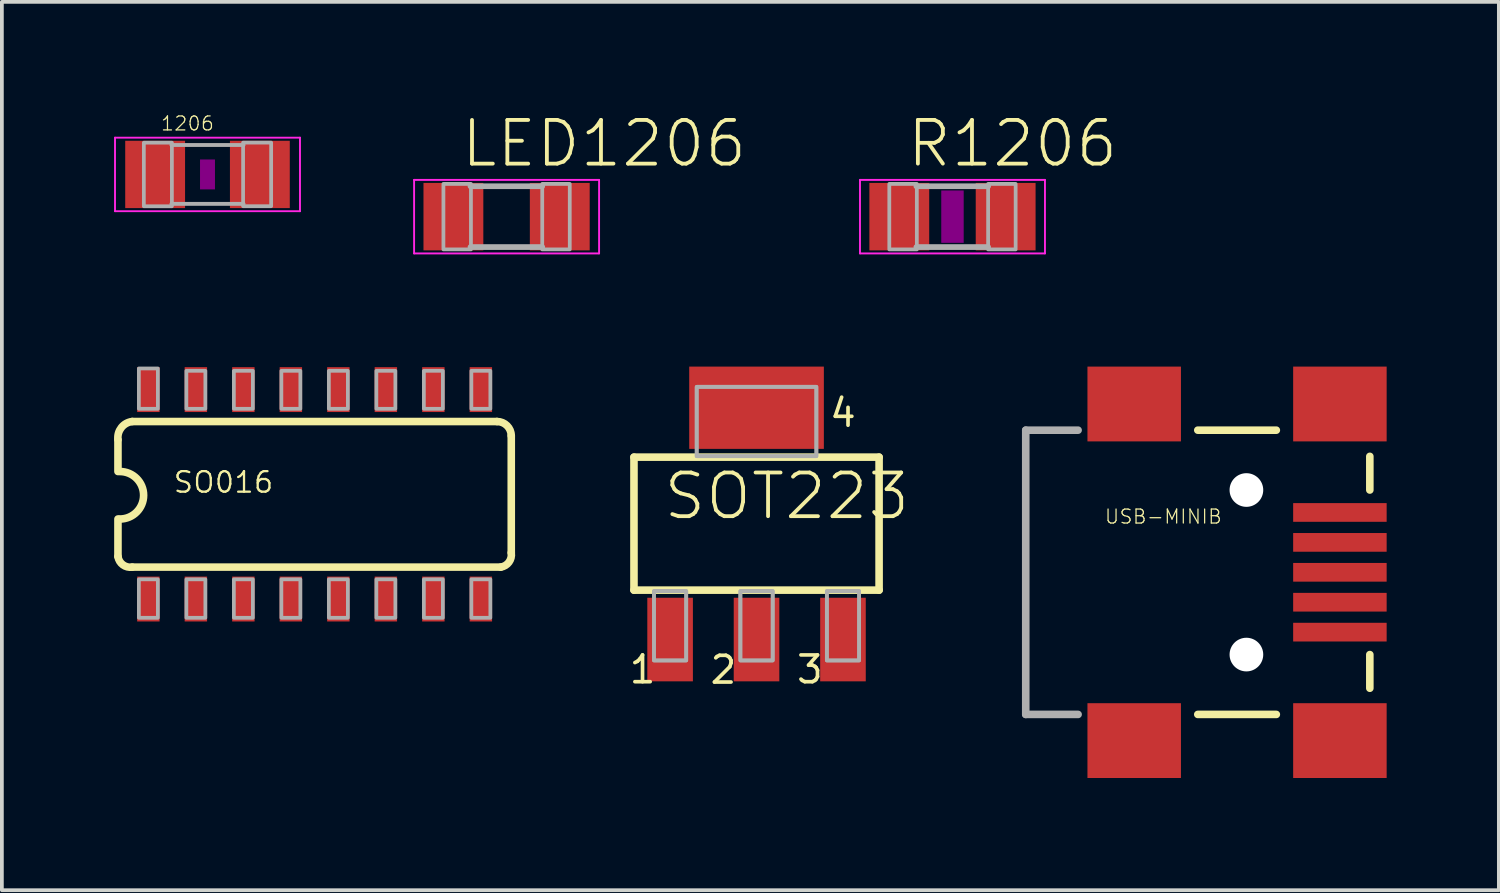
<source format=kicad_pcb>
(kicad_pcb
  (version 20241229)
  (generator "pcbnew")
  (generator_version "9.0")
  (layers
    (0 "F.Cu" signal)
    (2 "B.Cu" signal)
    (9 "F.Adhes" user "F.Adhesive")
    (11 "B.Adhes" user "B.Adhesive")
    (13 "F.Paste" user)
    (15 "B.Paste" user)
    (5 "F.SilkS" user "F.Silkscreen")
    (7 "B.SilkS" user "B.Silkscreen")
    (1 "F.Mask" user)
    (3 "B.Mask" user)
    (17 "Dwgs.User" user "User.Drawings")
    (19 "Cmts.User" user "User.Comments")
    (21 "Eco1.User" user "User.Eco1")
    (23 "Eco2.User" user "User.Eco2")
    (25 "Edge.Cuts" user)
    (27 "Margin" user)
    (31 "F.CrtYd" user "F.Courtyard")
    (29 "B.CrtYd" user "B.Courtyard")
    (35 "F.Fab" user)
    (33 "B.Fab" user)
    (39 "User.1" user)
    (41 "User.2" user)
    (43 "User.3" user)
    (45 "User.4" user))
  (footprint "USB-MINIB"
    (layer "F.Cu")
    (at 30.276 12.252)
    (property "Reference" "USB-MINIB" (at -3.81 -1.27 0) (layer "F.SilkS") (effects (font (size 0.374 0.374) (thickness 0.033)) (justify left bottom)))
    (fp_line (start -1.3 -3.8) (end 0.8 -3.8) (stroke (width 0.203) (type solid)) (layer "F.SilkS"))
    (fp_line (start 0.8 3.8) (end -1.3 3.8) (stroke (width 0.203) (type solid)) (layer "F.SilkS"))
    (fp_line (start 3.3 -3.1) (end 3.3 -2.2) (stroke (width 0.203) (type solid)) (layer "F.SilkS"))
    (fp_line (start 3.3 2.2) (end 3.3 3.1) (stroke (width 0.203) (type solid)) (layer "F.SilkS"))
    (fp_line (start -5.9 -3.8) (end -5.9 3.8) (stroke (width 0.203) (type solid)) (layer "F.Fab"))
    (fp_line (start -5.9 -3.8) (end -4.5 -3.8) (stroke (width 0.203) (type solid)) (layer "F.Fab"))
    (fp_line (start -5.9 3.8) (end -4.5 3.8) (stroke (width 0.203) (type solid)) (layer "F.Fab"))
    (pad "" np_thru_hole circle (at 0 -2.2) (size 0.9 0.9) (drill 0.9) (layers "*.Cu" "*.Mask"))
    (pad "" np_thru_hole circle (at 0 2.2) (size 0.9 0.9) (drill 0.9) (layers "*.Cu" "*.Mask"))
    (pad "D+" smd rect (at 2.5 0) (size 2.5 0.5) (layers "F.Cu" "F.Mask" "F.Paste"))
    (pad "D-" smd rect (at 2.5 -0.8) (size 2.5 0.5) (layers "F.Cu" "F.Mask" "F.Paste"))
    (pad "GND" smd rect (at 2.5 1.6) (size 2.5 0.5) (layers "F.Cu" "F.Mask" "F.Paste"))
    (pad "ID" smd rect (at 2.5 0.8) (size 2.5 0.5) (layers "F.Cu" "F.Mask" "F.Paste"))
    (pad "MTN1" smd rect (at -3 -4.5) (size 2.5 2) (layers "F.Cu" "F.Mask" "F.Paste"))
    (pad "MTN2" smd rect (at 2.5 -4.5) (size 2.5 2) (layers "F.Cu" "F.Mask" "F.Paste"))
    (pad "MTN3" smd rect (at -3 4.5) (size 2.5 2) (layers "F.Cu" "F.Mask" "F.Paste"))
    (pad "MTN4" smd rect (at 2.5 4.5) (size 2.5 2) (layers "F.Cu" "F.Mask" "F.Paste"))
    (pad "VBUS" smd rect (at 2.5 -1.6) (size 2.5 0.5) (layers "F.Cu" "F.Mask" "F.Paste")))
  (footprint "SOT223"
    (layer "F.Cu")
    (at 17.178 10.951)
    (property "Reference" "SOT223" (at -2.54 -0.051 0) (layer "F.SilkS") (effects (font (size 1.168 1.168) (thickness 0.102)) (justify left bottom)))
    (fp_line (start -3.277 -1.778) (end 3.277 -1.778) (stroke (width 0.203) (type solid)) (layer "F.SilkS"))
    (fp_line (start -3.277 1.778) (end -3.277 -1.778) (stroke (width 0.203) (type solid)) (layer "F.SilkS"))
    (fp_line (start 3.277 -1.778) (end 3.277 1.778) (stroke (width 0.203) (type solid)) (layer "F.SilkS"))
    (fp_line (start 3.277 1.778) (end -3.277 1.778) (stroke (width 0.203) (type solid)) (layer "F.SilkS"))
    (fp_poly (pts (xy -2.743 3.658) (xy -1.88 3.658) (xy -1.88 1.803) (xy -2.743 1.803)) (stroke (width 0.1) (type solid)) (fill no) (layer "F.Fab"))
    (fp_poly (pts (xy -2.743 3.658) (xy -1.88 3.658) (xy -1.88 1.803) (xy -2.743 1.803)) (stroke (width 0.1) (type solid)) (fill no) (layer "F.Fab"))
    (fp_poly (pts (xy -1.6 -1.803) (xy 1.6 -1.803) (xy 1.6 -3.658) (xy -1.6 -3.658)) (stroke (width 0.1) (type solid)) (fill no) (layer "F.Fab"))
    (fp_poly (pts (xy -1.6 -1.803) (xy 1.6 -1.803) (xy 1.6 -3.658) (xy -1.6 -3.658)) (stroke (width 0.1) (type solid)) (fill no) (layer "F.Fab"))
    (fp_poly (pts (xy -0.432 3.658) (xy 0.432 3.658) (xy 0.432 1.803) (xy -0.432 1.803)) (stroke (width 0.1) (type solid)) (fill no) (layer "F.Fab"))
    (fp_poly (pts (xy -0.432 3.658) (xy 0.432 3.658) (xy 0.432 1.803) (xy -0.432 1.803)) (stroke (width 0.1) (type solid)) (fill no) (layer "F.Fab"))
    (fp_poly (pts (xy 1.88 3.658) (xy 2.743 3.658) (xy 2.743 1.803) (xy 1.88 1.803)) (stroke (width 0.1) (type solid)) (fill no) (layer "F.Fab"))
    (fp_poly (pts (xy 1.88 3.658) (xy 2.743 3.658) (xy 2.743 1.803) (xy 1.88 1.803)) (stroke (width 0.1) (type solid)) (fill no) (layer "F.Fab"))
    (fp_text user "1" (at -3.453 4.318 0) (layer "F.SilkS") (effects (font (size 0.715 0.715) (thickness 0.098)) (justify left bottom)))
    (fp_text user "4" (at 1.905 -2.54 0) (layer "F.SilkS") (effects (font (size 0.715 0.715) (thickness 0.098)) (justify left bottom)))
    (fp_text user "2" (at -1.291 4.327 0) (layer "F.SilkS") (effects (font (size 0.715 0.715) (thickness 0.098)) (justify left bottom)))
    (fp_text user "3" (at 1.021 4.318 0) (layer "F.SilkS") (effects (font (size 0.715 0.715) (thickness 0.098)) (justify left bottom)))
    (pad "1" smd rect (at -2.311 3.099) (size 1.219 2.235) (layers "F.Cu" "F.Mask" "F.Paste"))
    (pad "2" smd rect (at 0 3.099) (size 1.219 2.235) (layers "F.Cu" "F.Mask" "F.Paste"))
    (pad "3" smd rect (at 2.311 3.099) (size 1.219 2.235) (layers "F.Cu" "F.Mask" "F.Paste"))
    (pad "4" smd rect (at 0 -3.099) (size 3.6 2.2) (layers "F.Cu" "F.Mask" "F.Paste")))
  (footprint "SO016"
    (layer "F.Cu")
    (at 5.362 10.167)
    (property "Reference" "SO016" (at -3.81 0 0) (layer "F.SilkS") (effects (font (size 0.549 0.549) (thickness 0.061)) (justify left bottom)))
    (fp_line (start -5.258 -1.453) (end -5.258 -0.61) (stroke (width 0.203) (type solid)) (layer "F.SilkS"))
    (fp_line (start -5.258 1.665) (end -5.258 0.66) (stroke (width 0.203) (type solid)) (layer "F.SilkS"))
    (fp_line (start -4.877 1.946) (end 4.977 1.946) (stroke (width 0.203) (type solid)) (layer "F.SilkS"))
    (fp_line (start 4.877 -1.946) (end -4.877 -1.946) (stroke (width 0.203) (type solid)) (layer "F.SilkS"))
    (fp_line (start 5.258 1.565) (end 5.258 -1.565) (stroke (width 0.203) (type solid)) (layer "F.SilkS"))
    (fp_arc (start -5.2578 -1.4653) (mid -5.166948 -1.784731) (end -4.8768 -1.9463) (stroke (width 0.2032) (type solid)) (layer "F.SilkS"))
    (fp_arc (start -5.207 -0.6096) (mid -4.572 0.0254) (end -5.207 0.6604) (stroke (width 0.2032) (type solid)) (layer "F.SilkS"))
    (fp_arc (start -4.876799 1.946301) (mid -5.12554 1.884767) (end -5.2578 1.6653) (stroke (width 0.2032) (type solid)) (layer "F.SilkS"))
    (fp_arc (start 4.8768 -1.9463) (mid 5.146237 -1.834736) (end 5.2578 -1.565298) (stroke (width 0.2032) (type solid)) (layer "F.SilkS"))
    (fp_arc (start 5.2578 1.5653) (mid 5.196208 1.813997) (end 4.9768 1.9463) (stroke (width 0.2032) (type solid)) (layer "F.SilkS"))
    (fp_poly (pts (xy -4.699 -2.286) (xy -4.191 -2.286) (xy -4.191 -3.365) (xy -4.699 -3.365)) (stroke (width 0.1) (type solid)) (fill no) (layer "F.Fab"))
    (fp_poly (pts (xy -4.699 3.302) (xy -4.191 3.302) (xy -4.191 2.273) (xy -4.699 2.273)) (stroke (width 0.1) (type solid)) (fill no) (layer "F.Fab"))
    (fp_poly (pts (xy -3.429 -2.286) (xy -2.921 -2.286) (xy -2.921 -3.302) (xy -3.429 -3.302)) (stroke (width 0.1) (type solid)) (fill no) (layer "F.Fab"))
    (fp_poly (pts (xy -3.429 3.302) (xy -2.921 3.302) (xy -2.921 2.273) (xy -3.429 2.273)) (stroke (width 0.1) (type solid)) (fill no) (layer "F.Fab"))
    (fp_poly (pts (xy -2.159 -2.286) (xy -1.651 -2.286) (xy -1.651 -3.302) (xy -2.159 -3.302)) (stroke (width 0.1) (type solid)) (fill no) (layer "F.Fab"))
    (fp_poly (pts (xy -2.159 3.302) (xy -1.651 3.302) (xy -1.651 2.273) (xy -2.159 2.273)) (stroke (width 0.1) (type solid)) (fill no) (layer "F.Fab"))
    (fp_poly (pts (xy -0.889 -2.286) (xy -0.381 -2.286) (xy -0.381 -3.302) (xy -0.889 -3.302)) (stroke (width 0.1) (type solid)) (fill no) (layer "F.Fab"))
    (fp_poly (pts (xy -0.889 3.302) (xy -0.381 3.302) (xy -0.381 2.273) (xy -0.889 2.273)) (stroke (width 0.1) (type solid)) (fill no) (layer "F.Fab"))
    (fp_poly (pts (xy 0.381 -2.286) (xy 0.889 -2.286) (xy 0.889 -3.302) (xy 0.381 -3.302)) (stroke (width 0.1) (type solid)) (fill no) (layer "F.Fab"))
    (fp_poly (pts (xy 0.381 3.302) (xy 0.889 3.302) (xy 0.889 2.273) (xy 0.381 2.273)) (stroke (width 0.1) (type solid)) (fill no) (layer "F.Fab"))
    (fp_poly (pts (xy 1.651 -2.286) (xy 2.159 -2.286) (xy 2.159 -3.302) (xy 1.651 -3.302)) (stroke (width 0.1) (type solid)) (fill no) (layer "F.Fab"))
    (fp_poly (pts (xy 1.651 3.302) (xy 2.159 3.302) (xy 2.159 2.273) (xy 1.651 2.273)) (stroke (width 0.1) (type solid)) (fill no) (layer "F.Fab"))
    (fp_poly (pts (xy 2.921 -2.286) (xy 3.429 -2.286) (xy 3.429 -3.302) (xy 2.921 -3.302)) (stroke (width 0.1) (type solid)) (fill no) (layer "F.Fab"))
    (fp_poly (pts (xy 2.921 3.302) (xy 3.429 3.302) (xy 3.429 2.273) (xy 2.921 2.273)) (stroke (width 0.1) (type solid)) (fill no) (layer "F.Fab"))
    (fp_poly (pts (xy 4.191 -2.286) (xy 4.699 -2.286) (xy 4.699 -3.302) (xy 4.191 -3.302)) (stroke (width 0.1) (type solid)) (fill no) (layer "F.Fab"))
    (fp_poly (pts (xy 4.191 3.302) (xy 4.699 3.302) (xy 4.699 2.273) (xy 4.191 2.273)) (stroke (width 0.1) (type solid)) (fill no) (layer "F.Fab"))
    (pad "1" smd rect (at -4.445 2.8) (size 0.6 1.2) (layers "F.Cu" "F.Mask" "F.Paste"))
    (pad "2" smd rect (at -3.175 2.8) (size 0.6 1.2) (layers "F.Cu" "F.Mask" "F.Paste"))
    (pad "3" smd rect (at -1.905 2.8) (size 0.6 1.2) (layers "F.Cu" "F.Mask" "F.Paste"))
    (pad "4" smd rect (at -0.635 2.8) (size 0.6 1.2) (layers "F.Cu" "F.Mask" "F.Paste"))
    (pad "5" smd rect (at 0.635 2.8) (size 0.6 1.2) (layers "F.Cu" "F.Mask" "F.Paste"))
    (pad "6" smd rect (at 1.905 2.8) (size 0.6 1.2) (layers "F.Cu" "F.Mask" "F.Paste"))
    (pad "7" smd rect (at 3.175 2.8) (size 0.6 1.2) (layers "F.Cu" "F.Mask" "F.Paste"))
    (pad "8" smd rect (at 4.445 2.8) (size 0.6 1.2) (layers "F.Cu" "F.Mask" "F.Paste"))
    (pad "9" smd rect (at 4.445 -2.8) (size 0.6 1.2) (layers "F.Cu" "F.Mask" "F.Paste"))
    (pad "10" smd rect (at 3.175 -2.8) (size 0.6 1.2) (layers "F.Cu" "F.Mask" "F.Paste"))
    (pad "11" smd rect (at 1.905 -2.8) (size 0.6 1.2) (layers "F.Cu" "F.Mask" "F.Paste"))
    (pad "12" smd rect (at 0.635 -2.8) (size 0.6 1.2) (layers "F.Cu" "F.Mask" "F.Paste"))
    (pad "13" smd rect (at -0.635 -2.8) (size 0.6 1.2) (layers "F.Cu" "F.Mask" "F.Paste"))
    (pad "14" smd rect (at -1.905 -2.8) (size 0.6 1.2) (layers "F.Cu" "F.Mask" "F.Paste"))
    (pad "15" smd rect (at -3.175 -2.8) (size 0.6 1.2) (layers "F.Cu" "F.Mask" "F.Paste"))
    (pad "16" smd rect (at -4.445 -2.8) (size 0.6 1.2) (layers "F.Cu" "F.Mask" "F.Paste")))
  (footprint "LED1206"
    (layer "F.Cu")
    (at 10.495 2.743)
    (property "Reference" "LED1206" (at -1.27 -1.27 0) (layer "F.SilkS") (effects (font (size 1.168 1.168) (thickness 0.102)) (justify left bottom)))
    (fp_line (start -2.473 -0.983) (end 2.473 -0.983) (stroke (width 0.051) (type solid)) (layer "F.CrtYd"))
    (fp_line (start -2.473 0.983) (end -2.473 -0.983) (stroke (width 0.051) (type solid)) (layer "F.CrtYd"))
    (fp_line (start 2.473 -0.983) (end 2.473 0.983) (stroke (width 0.051) (type solid)) (layer "F.CrtYd"))
    (fp_line (start 2.473 0.983) (end -2.473 0.983) (stroke (width 0.051) (type solid)) (layer "F.CrtYd"))
    (fp_line (start 0.953 -0.813) (end -0.965 -0.813) (stroke (width 0.152) (type solid)) (layer "F.Fab"))
    (fp_line (start 0.953 0.813) (end -0.965 0.813) (stroke (width 0.152) (type solid)) (layer "F.Fab"))
    (fp_poly (pts (xy -1.689 0.876) (xy -0.953 0.876) (xy -0.953 -0.876) (xy -1.689 -0.876)) (stroke (width 0.1) (type solid)) (fill no) (layer "F.Fab"))
    (fp_poly (pts (xy 0.953 0.876) (xy 1.689 0.876) (xy 1.689 -0.876) (xy 0.953 -0.876)) (stroke (width 0.1) (type solid)) (fill no) (layer "F.Fab"))
    (pad "1" smd rect (at -1.422 0) (size 1.6 1.803) (layers "F.Cu" "F.Mask" "F.Paste"))
    (pad "2" smd rect (at 1.422 0) (size 1.6 1.803) (layers "F.Cu" "F.Mask" "F.Paste")))
  (footprint "1206"
    (layer "F.Cu")
    (at 2.498 1.614)
    (property "Reference" "1206" (at -1.27 -1.143 0) (layer "F.SilkS") (effects (font (size 0.374 0.374) (thickness 0.033)) (justify left bottom)))
    (fp_poly (pts (xy -0.2 0.4) (xy 0.2 0.4) (xy 0.2 -0.4) (xy -0.2 -0.4)) (stroke (width 0) (type solid)) (fill yes) (layer "F.Adhes"))
    (fp_line (start -2.473 -0.983) (end 2.473 -0.983) (stroke (width 0.051) (type solid)) (layer "F.CrtYd"))
    (fp_line (start -2.473 0.983) (end -2.473 -0.983) (stroke (width 0.051) (type solid)) (layer "F.CrtYd"))
    (fp_line (start 2.473 -0.983) (end 2.473 0.983) (stroke (width 0.051) (type solid)) (layer "F.CrtYd"))
    (fp_line (start 2.473 0.983) (end -2.473 0.983) (stroke (width 0.051) (type solid)) (layer "F.CrtYd"))
    (fp_line (start -0.965 -0.787) (end 0.965 -0.787) (stroke (width 0.102) (type solid)) (layer "F.Fab"))
    (fp_line (start -0.965 0.787) (end 0.965 0.787) (stroke (width 0.102) (type solid)) (layer "F.Fab"))
    (fp_poly (pts (xy -1.702 0.851) (xy -0.952 0.851) (xy -0.952 -0.849) (xy -1.702 -0.849)) (stroke (width 0.1) (type solid)) (fill no) (layer "F.Fab"))
    (fp_poly (pts (xy 0.952 0.849) (xy 1.702 0.849) (xy 1.702 -0.851) (xy 0.952 -0.851)) (stroke (width 0.1) (type solid)) (fill no) (layer "F.Fab"))
    (pad "1" smd rect (at -1.4 0) (size 1.6 1.8) (layers "F.Cu" "F.Mask" "F.Paste"))
    (pad "2" smd rect (at 1.4 0) (size 1.6 1.8) (layers "F.Cu" "F.Mask" "F.Paste")))
  (footprint "R1206"
    (layer "F.Cu")
    (at 22.417 2.743)
    (property "Reference" "R1206" (at -1.27 -1.27 0) (layer "F.SilkS") (effects (font (size 1.168 1.168) (thickness 0.102)) (justify left bottom)))
    (fp_poly (pts (xy -0.3 0.7) (xy 0.3 0.7) (xy 0.3 -0.7) (xy -0.3 -0.7)) (stroke (width 0) (type solid)) (fill yes) (layer "F.Adhes"))
    (fp_line (start -2.473 -0.983) (end 2.473 -0.983) (stroke (width 0.051) (type solid)) (layer "F.CrtYd"))
    (fp_line (start -2.473 0.983) (end -2.473 -0.983) (stroke (width 0.051) (type solid)) (layer "F.CrtYd"))
    (fp_line (start 2.473 -0.983) (end 2.473 0.983) (stroke (width 0.051) (type solid)) (layer "F.CrtYd"))
    (fp_line (start 2.473 0.983) (end -2.473 0.983) (stroke (width 0.051) (type solid)) (layer "F.CrtYd"))
    (fp_line (start 0.953 -0.813) (end -0.965 -0.813) (stroke (width 0.152) (type solid)) (layer "F.Fab"))
    (fp_line (start 0.953 0.813) (end -0.965 0.813) (stroke (width 0.152) (type solid)) (layer "F.Fab"))
    (fp_poly (pts (xy -1.689 0.876) (xy -0.953 0.876) (xy -0.953 -0.876) (xy -1.689 -0.876)) (stroke (width 0.1) (type solid)) (fill no) (layer "F.Fab"))
    (fp_poly (pts (xy 0.953 0.876) (xy 1.689 0.876) (xy 1.689 -0.876) (xy 0.953 -0.876)) (stroke (width 0.1) (type solid)) (fill no) (layer "F.Fab"))
    (pad "1" smd rect (at -1.422 0) (size 1.6 1.803) (layers "F.Cu" "F.Mask" "F.Paste"))
    (pad "2" smd rect (at 1.422 0) (size 1.6 1.803) (layers "F.Cu" "F.Mask" "F.Paste")))
  (gr_rect
    (start -3 -3)
    (end 37.026 20.752)
    (stroke (width 0.1) (type default))
    (fill no)
    (layer "Edge.Cuts")))
</source>
